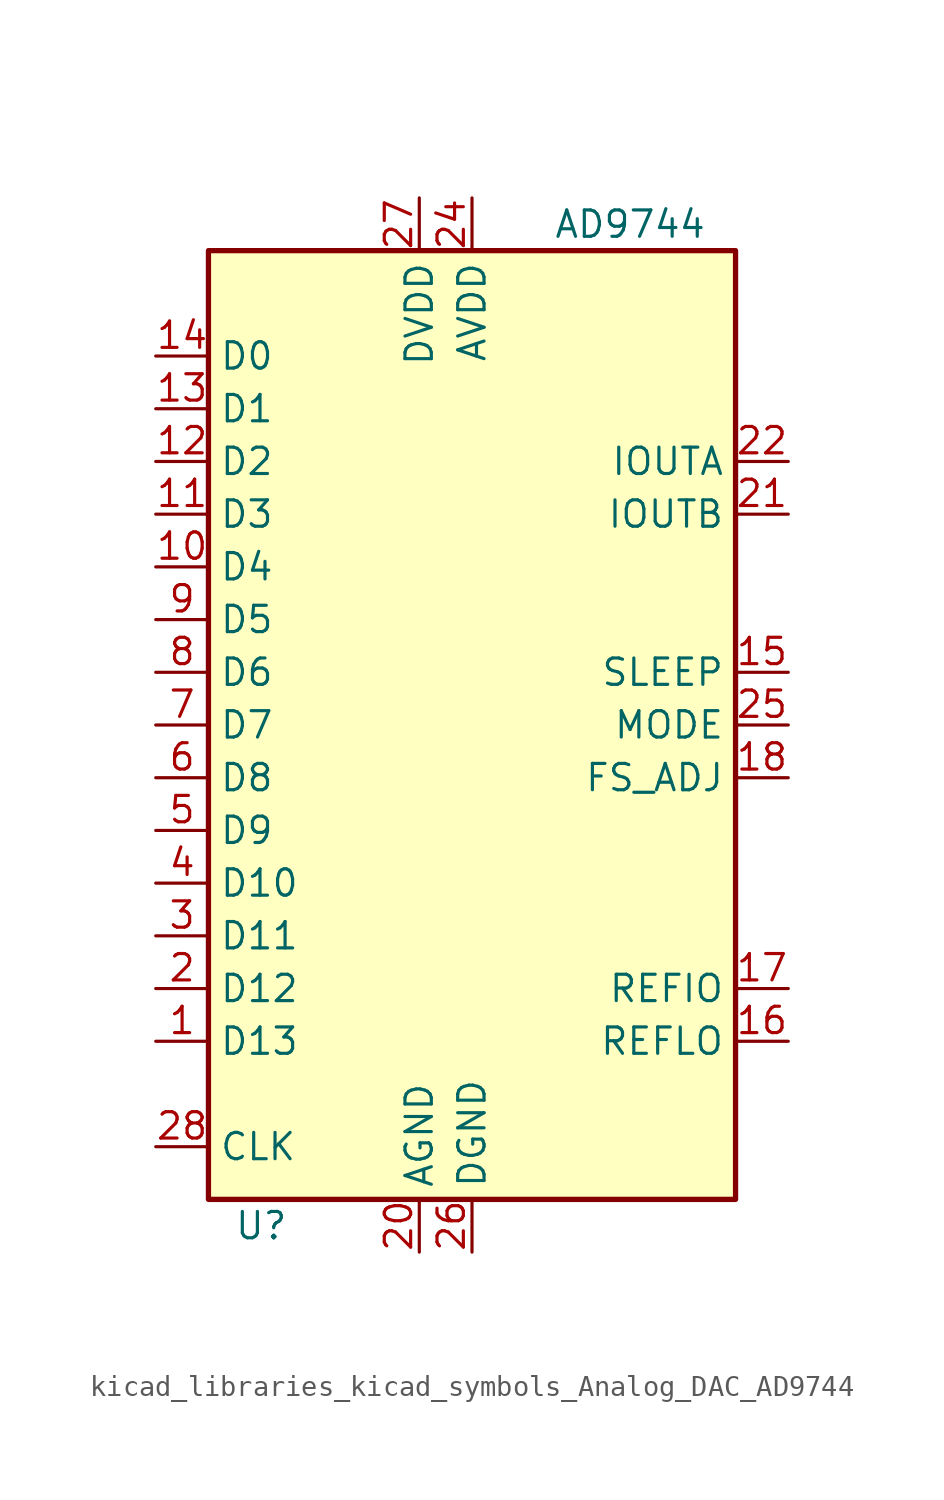
<source format=kicad_sym>
(kicad_symbol_lib
  (version 20220914)
  (generator kicad_symbol_editor)
  (symbol "kicad_libraries_kicad_symbols_Analog_DAC_AD9744"
    (property "Reference" "U"
      (at -10.16 -24.13 0)
      (effects (font (size 1.27 1.27))))
    (property "Value" "AD9744"
      (at 7.62 24.13 0)
      (effects (font (size 1.27 1.27))))
    (symbol "kicad_libraries_kicad_symbols_Analog_DAC_AD9744_0_1"
      (rectangle (start 12.7 22.86) (end -12.7 -22.86) (stroke (width 0.254) (type default)) (fill (type background))))
    (symbol "kicad_libraries_kicad_symbols_Analog_DAC_AD9744_1_1"
      (pin input line (at -15.24 -15.24 0) (length 2.54) (name "D13" (effects (font (size 1.27 1.27)))) (number "1" (effects (font (size 1.27 1.27)))))
      (pin input line (at -15.24 7.62 0) (length 2.54) (name "D4" (effects (font (size 1.27 1.27)))) (number "10" (effects (font (size 1.27 1.27)))))
      (pin input line (at -15.24 10.16 0) (length 2.54) (name "D3" (effects (font (size 1.27 1.27)))) (number "11" (effects (font (size 1.27 1.27)))))
      (pin input line (at -15.24 12.7 0) (length 2.54) (name "D2" (effects (font (size 1.27 1.27)))) (number "12" (effects (font (size 1.27 1.27)))))
      (pin input line (at -15.24 15.24 0) (length 2.54) (name "D1" (effects (font (size 1.27 1.27)))) (number "13" (effects (font (size 1.27 1.27)))))
      (pin input line (at -15.24 17.78 0) (length 2.54) (name "D0" (effects (font (size 1.27 1.27)))) (number "14" (effects (font (size 1.27 1.27)))))
      (pin input line (at 15.24 2.54 180) (length 2.54) (name "SLEEP" (effects (font (size 1.27 1.27)))) (number "15" (effects (font (size 1.27 1.27)))))
      (pin input line (at 15.24 -15.24 180) (length 2.54) (name "REFLO" (effects (font (size 1.27 1.27)))) (number "16" (effects (font (size 1.27 1.27)))))
      (pin input line (at 15.24 -12.7 180) (length 2.54) (name "REFIO" (effects (font (size 1.27 1.27)))) (number "17" (effects (font (size 1.27 1.27)))))
      (pin input line (at 15.24 -2.54 180) (length 2.54) (name "FS_ADJ" (effects (font (size 1.27 1.27)))) (number "18" (effects (font (size 1.27 1.27)))))
      (pin input line (at -15.24 -12.7 0) (length 2.54) (name "D12" (effects (font (size 1.27 1.27)))) (number "2" (effects (font (size 1.27 1.27)))))
      (pin power_in line (at -2.54 -25.4 90) (length 2.54) (name "AGND" (effects (font (size 1.27 1.27)))) (number "20" (effects (font (size 1.27 1.27)))))
      (pin output line (at 15.24 10.16 180) (length 2.54) (name "IOUTB" (effects (font (size 1.27 1.27)))) (number "21" (effects (font (size 1.27 1.27)))))
      (pin output line (at 15.24 12.7 180) (length 2.54) (name "IOUTA" (effects (font (size 1.27 1.27)))) (number "22" (effects (font (size 1.27 1.27)))))
      (pin power_in line (at 0 25.4 270) (length 2.54) (name "AVDD" (effects (font (size 1.27 1.27)))) (number "24" (effects (font (size 1.27 1.27)))))
      (pin input line (at 15.24 0 180) (length 2.54) (name "MODE" (effects (font (size 1.27 1.27)))) (number "25" (effects (font (size 1.27 1.27)))))
      (pin power_in line (at 0 -25.4 90) (length 2.54) (name "DGND" (effects (font (size 1.27 1.27)))) (number "26" (effects (font (size 1.27 1.27)))))
      (pin power_in line (at -2.54 25.4 270) (length 2.54) (name "DVDD" (effects (font (size 1.27 1.27)))) (number "27" (effects (font (size 1.27 1.27)))))
      (pin input line (at -15.24 -20.32 0) (length 2.54) (name "CLK" (effects (font (size 1.27 1.27)))) (number "28" (effects (font (size 1.27 1.27)))))
      (pin input line (at -15.24 -10.16 0) (length 2.54) (name "D11" (effects (font (size 1.27 1.27)))) (number "3" (effects (font (size 1.27 1.27)))))
      (pin input line (at -15.24 -7.62 0) (length 2.54) (name "D10" (effects (font (size 1.27 1.27)))) (number "4" (effects (font (size 1.27 1.27)))))
      (pin input line (at -15.24 -5.08 0) (length 2.54) (name "D9" (effects (font (size 1.27 1.27)))) (number "5" (effects (font (size 1.27 1.27)))))
      (pin input line (at -15.24 -2.54 0) (length 2.54) (name "D8" (effects (font (size 1.27 1.27)))) (number "6" (effects (font (size 1.27 1.27)))))
      (pin input line (at -15.24 0 0) (length 2.54) (name "D7" (effects (font (size 1.27 1.27)))) (number "7" (effects (font (size 1.27 1.27)))))
      (pin input line (at -15.24 2.54 0) (length 2.54) (name "D6" (effects (font (size 1.27 1.27)))) (number "8" (effects (font (size 1.27 1.27)))))
      (pin input line (at -15.24 5.08 0) (length 2.54) (name "D5" (effects (font (size 1.27 1.27)))) (number "9" (effects (font (size 1.27 1.27))))))))
</source>
